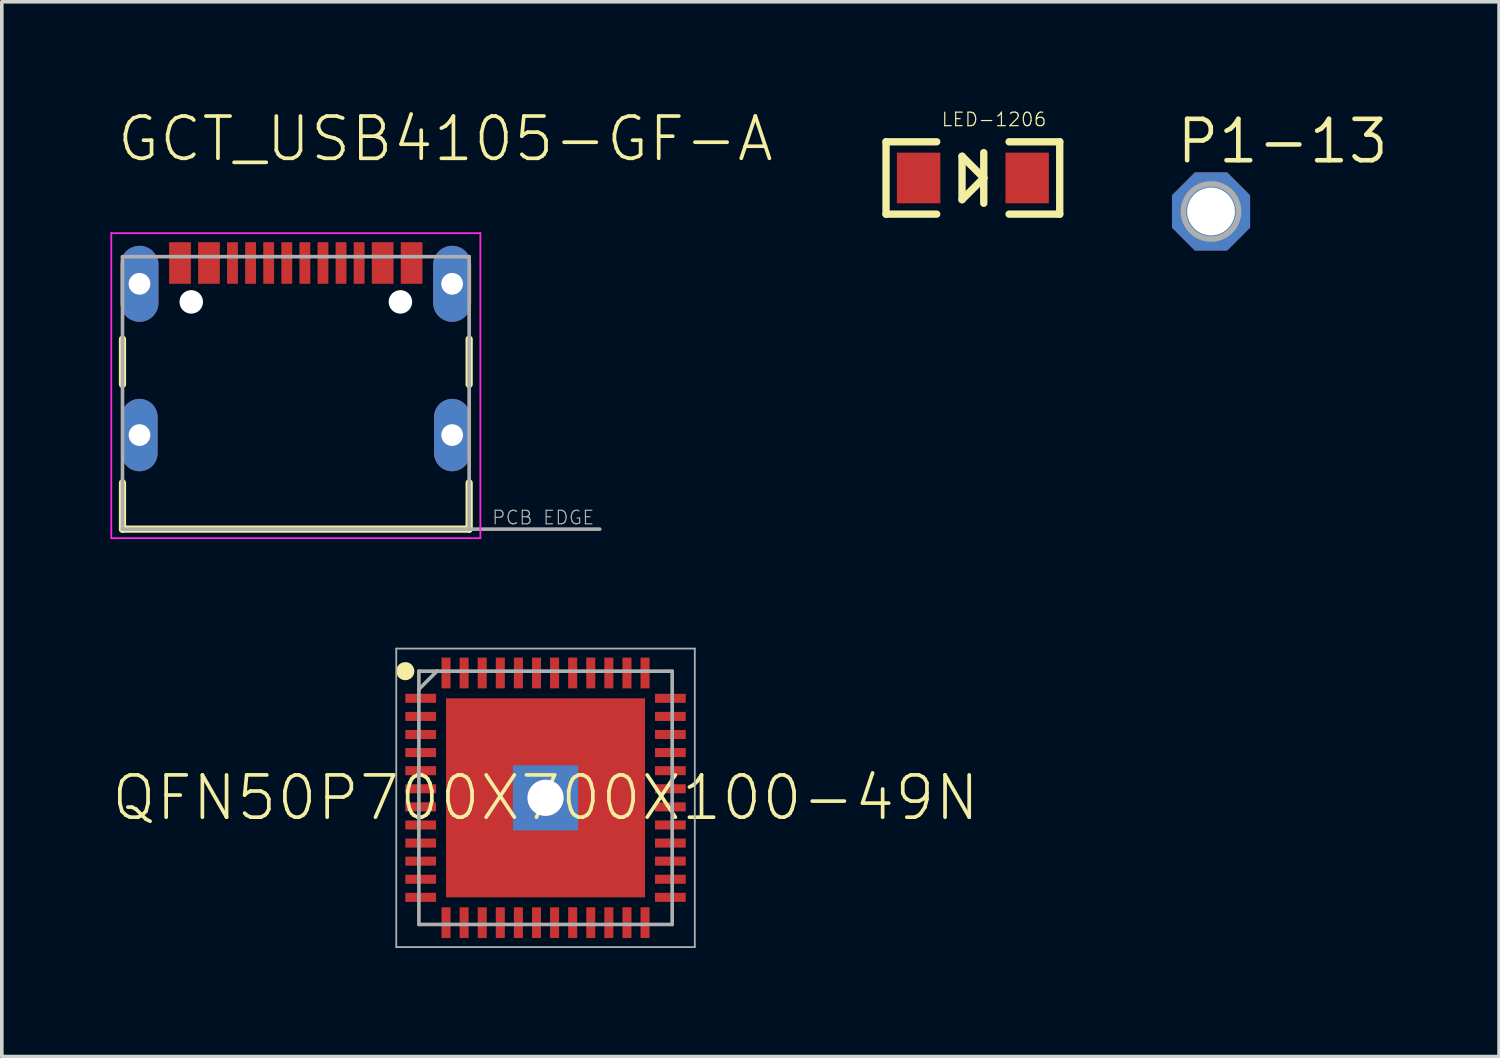
<source format=kicad_pcb>
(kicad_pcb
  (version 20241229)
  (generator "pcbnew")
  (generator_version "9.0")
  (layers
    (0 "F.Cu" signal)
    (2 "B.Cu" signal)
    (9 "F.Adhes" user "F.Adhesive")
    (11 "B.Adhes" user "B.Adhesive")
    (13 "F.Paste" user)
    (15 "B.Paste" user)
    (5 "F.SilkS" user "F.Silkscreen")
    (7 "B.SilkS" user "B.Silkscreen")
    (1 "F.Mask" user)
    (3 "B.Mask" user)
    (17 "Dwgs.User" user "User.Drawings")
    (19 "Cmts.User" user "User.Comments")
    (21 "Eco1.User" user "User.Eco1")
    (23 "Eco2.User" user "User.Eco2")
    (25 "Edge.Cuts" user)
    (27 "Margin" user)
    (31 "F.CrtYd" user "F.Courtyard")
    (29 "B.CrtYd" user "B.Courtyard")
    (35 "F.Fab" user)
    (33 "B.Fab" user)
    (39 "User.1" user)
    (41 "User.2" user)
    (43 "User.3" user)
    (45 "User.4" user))
  (footprint "QFN50P700X700X100-49N"
    (layer "F.Cu")
    (at 12.026 18.998)
    (property "Reference" "QFN50P700X700X100-49N" (at 0 0 0) (unlocked yes) (layer "F.SilkS") (effects (font (size 1.168 1.168) (thickness 0.102))))
    (fp_circle (center -3.875 -3.5) (end -3.75 -3.5) (stroke (width 0.25) (type solid)) (fill no) (layer "F.SilkS"))
    (fp_line (start -4.125 -4.125) (end 4.125 -4.125) (stroke (width 0.05) (type solid)) (layer "F.Fab"))
    (fp_line (start -4.125 4.125) (end -4.125 -4.125) (stroke (width 0.05) (type solid)) (layer "F.Fab"))
    (fp_line (start -3.5 -3.5) (end -3 -3.5) (stroke (width 0.1) (type solid)) (layer "F.Fab"))
    (fp_line (start -3.5 -3) (end -3.5 -3.5) (stroke (width 0.1) (type solid)) (layer "F.Fab"))
    (fp_line (start -3.5 -3) (end -3 -3.5) (stroke (width 0.1) (type solid)) (layer "F.Fab"))
    (fp_line (start -3.5 3.5) (end -3.5 -3) (stroke (width 0.1) (type solid)) (layer "F.Fab"))
    (fp_line (start -3 -3.5) (end 3.5 -3.5) (stroke (width 0.1) (type solid)) (layer "F.Fab"))
    (fp_line (start 3.5 -3.5) (end 3.5 3.5) (stroke (width 0.1) (type solid)) (layer "F.Fab"))
    (fp_line (start 3.5 3.5) (end -3.5 3.5) (stroke (width 0.1) (type solid)) (layer "F.Fab"))
    (fp_line (start 4.125 -4.125) (end 4.125 4.125) (stroke (width 0.05) (type solid)) (layer "F.Fab"))
    (fp_line (start 4.125 4.125) (end -4.125 4.125) (stroke (width 0.05) (type solid)) (layer "F.Fab"))
    (pad "1" smd rect (at -3.45 -2.75) (size 0.85 0.25) (layers "F.Cu" "F.Mask" "F.Paste"))
    (pad "2" smd rect (at -3.45 -2.25) (size 0.85 0.25) (layers "F.Cu" "F.Mask" "F.Paste"))
    (pad "3" smd rect (at -3.45 -1.75) (size 0.85 0.25) (layers "F.Cu" "F.Mask" "F.Paste"))
    (pad "4" smd rect (at -3.45 -1.25) (size 0.85 0.25) (layers "F.Cu" "F.Mask" "F.Paste"))
    (pad "5" smd rect (at -3.45 -0.75) (size 0.85 0.25) (layers "F.Cu" "F.Mask" "F.Paste"))
    (pad "6" smd rect (at -3.45 -0.25) (size 0.85 0.25) (layers "F.Cu" "F.Mask" "F.Paste"))
    (pad "7" smd rect (at -3.45 0.25) (size 0.85 0.25) (layers "F.Cu" "F.Mask" "F.Paste"))
    (pad "8" smd rect (at -3.45 0.75) (size 0.85 0.25) (layers "F.Cu" "F.Mask" "F.Paste"))
    (pad "9" smd rect (at -3.45 1.25) (size 0.85 0.25) (layers "F.Cu" "F.Mask" "F.Paste"))
    (pad "10" smd rect (at -3.45 1.75) (size 0.85 0.25) (layers "F.Cu" "F.Mask" "F.Paste"))
    (pad "11" smd rect (at -3.45 2.25) (size 0.85 0.25) (layers "F.Cu" "F.Mask" "F.Paste"))
    (pad "12" smd rect (at -3.45 2.75) (size 0.85 0.25) (layers "F.Cu" "F.Mask" "F.Paste"))
    (pad "13" smd rect (at -2.75 3.45 90) (size 0.85 0.25) (layers "F.Cu" "F.Mask" "F.Paste"))
    (pad "14" smd rect (at -2.25 3.45 90) (size 0.85 0.25) (layers "F.Cu" "F.Mask" "F.Paste"))
    (pad "15" smd rect (at -1.75 3.45 90) (size 0.85 0.25) (layers "F.Cu" "F.Mask" "F.Paste"))
    (pad "16" smd rect (at -1.25 3.45 90) (size 0.85 0.25) (layers "F.Cu" "F.Mask" "F.Paste"))
    (pad "17" smd rect (at -0.75 3.45 90) (size 0.85 0.25) (layers "F.Cu" "F.Mask" "F.Paste"))
    (pad "18" smd rect (at -0.25 3.45 90) (size 0.85 0.25) (layers "F.Cu" "F.Mask" "F.Paste"))
    (pad "19" smd rect (at 0.25 3.45 90) (size 0.85 0.25) (layers "F.Cu" "F.Mask" "F.Paste"))
    (pad "20" smd rect (at 0.75 3.45 90) (size 0.85 0.25) (layers "F.Cu" "F.Mask" "F.Paste"))
    (pad "21" smd rect (at 1.25 3.45 90) (size 0.85 0.25) (layers "F.Cu" "F.Mask" "F.Paste"))
    (pad "22" smd rect (at 1.75 3.45 90) (size 0.85 0.25) (layers "F.Cu" "F.Mask" "F.Paste"))
    (pad "23" smd rect (at 2.25 3.45 90) (size 0.85 0.25) (layers "F.Cu" "F.Mask" "F.Paste"))
    (pad "24" smd rect (at 2.75 3.45 90) (size 0.85 0.25) (layers "F.Cu" "F.Mask" "F.Paste"))
    (pad "25" smd rect (at 3.45 2.75) (size 0.85 0.25) (layers "F.Cu" "F.Mask" "F.Paste"))
    (pad "26" smd rect (at 3.45 2.25) (size 0.85 0.25) (layers "F.Cu" "F.Mask" "F.Paste"))
    (pad "27" smd rect (at 3.45 1.75) (size 0.85 0.25) (layers "F.Cu" "F.Mask" "F.Paste"))
    (pad "28" smd rect (at 3.45 1.25) (size 0.85 0.25) (layers "F.Cu" "F.Mask" "F.Paste"))
    (pad "29" smd rect (at 3.45 0.75) (size 0.85 0.25) (layers "F.Cu" "F.Mask" "F.Paste"))
    (pad "30" smd rect (at 3.45 0.25) (size 0.85 0.25) (layers "F.Cu" "F.Mask" "F.Paste"))
    (pad "31" smd rect (at 3.45 -0.25) (size 0.85 0.25) (layers "F.Cu" "F.Mask" "F.Paste"))
    (pad "32" smd rect (at 3.45 -0.75) (size 0.85 0.25) (layers "F.Cu" "F.Mask" "F.Paste"))
    (pad "33" smd rect (at 3.45 -1.25) (size 0.85 0.25) (layers "F.Cu" "F.Mask" "F.Paste"))
    (pad "34" smd rect (at 3.45 -1.75) (size 0.85 0.25) (layers "F.Cu" "F.Mask" "F.Paste"))
    (pad "35" smd rect (at 3.45 -2.25) (size 0.85 0.25) (layers "F.Cu" "F.Mask" "F.Paste"))
    (pad "36" smd rect (at 3.45 -2.75) (size 0.85 0.25) (layers "F.Cu" "F.Mask" "F.Paste"))
    (pad "37" smd rect (at 2.75 -3.45 90) (size 0.85 0.25) (layers "F.Cu" "F.Mask" "F.Paste"))
    (pad "38" smd rect (at 2.25 -3.45 90) (size 0.85 0.25) (layers "F.Cu" "F.Mask" "F.Paste"))
    (pad "39" smd rect (at 1.75 -3.45 90) (size 0.85 0.25) (layers "F.Cu" "F.Mask" "F.Paste"))
    (pad "40" smd rect (at 1.25 -3.45 90) (size 0.85 0.25) (layers "F.Cu" "F.Mask" "F.Paste"))
    (pad "41" smd rect (at 0.75 -3.45 90) (size 0.85 0.25) (layers "F.Cu" "F.Mask" "F.Paste"))
    (pad "42" smd rect (at 0.25 -3.45 90) (size 0.85 0.25) (layers "F.Cu" "F.Mask" "F.Paste"))
    (pad "43" smd rect (at -0.25 -3.45 90) (size 0.85 0.25) (layers "F.Cu" "F.Mask" "F.Paste"))
    (pad "44" smd rect (at -0.75 -3.45 90) (size 0.85 0.25) (layers "F.Cu" "F.Mask" "F.Paste"))
    (pad "45" smd rect (at -1.25 -3.45 90) (size 0.85 0.25) (layers "F.Cu" "F.Mask" "F.Paste"))
    (pad "46" smd rect (at -1.75 -3.45 90) (size 0.85 0.25) (layers "F.Cu" "F.Mask" "F.Paste"))
    (pad "47" smd rect (at -2.25 -3.45 90) (size 0.85 0.25) (layers "F.Cu" "F.Mask" "F.Paste"))
    (pad "48" smd rect (at -2.75 -3.45 90) (size 0.85 0.25) (layers "F.Cu" "F.Mask" "F.Paste"))
    (pad "49" smd rect (at 0 0 90) (size 5.5 5.5) (layers "F.Cu" "F.Mask" "F.Paste"))
    (pad "P$1" thru_hole rect (at 0 0) (size 1.8 1.8) (drill 1) (layers "*.Cu" "*.Mask")))
  (footprint "GCT_USB4105-GF-A"
    (layer "F.Cu")
    (at 5.125 8.973)
    (property "Reference" "GCT_USB4105-GF-A" (at -5 -7.5 0) (unlocked yes) (layer "F.SilkS") (effects (font (size 1.168 1.168) (thickness 0.102)) (justify left bottom)))
    (fp_line (start -4.79 -2.65) (end -4.79 -1.4) (stroke (width 0.2) (type solid)) (layer "F.SilkS"))
    (fp_line (start -4.79 1.32) (end -4.79 2.6) (stroke (width 0.2) (type solid)) (layer "F.SilkS"))
    (fp_line (start -4.79 2.6) (end 4.79 2.6) (stroke (width 0.2) (type solid)) (layer "F.SilkS"))
    (fp_line (start 4.79 -2.65) (end 4.79 -1.4) (stroke (width 0.2) (type solid)) (layer "F.SilkS"))
    (fp_line (start 4.79 2.6) (end 4.79 1.32) (stroke (width 0.2) (type solid)) (layer "F.SilkS"))
    (fp_line (start -5.1 -5.58) (end -5.1 2.85) (stroke (width 0.05) (type solid)) (layer "F.CrtYd"))
    (fp_line (start -5.1 2.85) (end 5.1 2.85) (stroke (width 0.05) (type solid)) (layer "F.CrtYd"))
    (fp_line (start 5.1 -5.58) (end -5.1 -5.58) (stroke (width 0.05) (type solid)) (layer "F.CrtYd"))
    (fp_line (start 5.1 2.85) (end 5.1 -5.58) (stroke (width 0.05) (type solid)) (layer "F.CrtYd"))
    (fp_line (start -4.79 -4.93) (end 4.79 -4.93) (stroke (width 0.1) (type solid)) (layer "F.Fab"))
    (fp_line (start -4.79 2.6) (end -4.79 -4.93) (stroke (width 0.1) (type solid)) (layer "F.Fab"))
    (fp_line (start 4.79 -4.93) (end 4.79 2.6) (stroke (width 0.1) (type solid)) (layer "F.Fab"))
    (fp_line (start 4.79 2.6) (end -4.79 2.6) (stroke (width 0.1) (type solid)) (layer "F.Fab"))
    (fp_line (start 4.8 2.6) (end 8.4 2.6) (stroke (width 0.1) (type solid)) (layer "F.Fab"))
    (fp_text user "PCB EDGE" (at 5.4 2.5 0) (unlocked yes) (layer "F.Fab") (effects (font (size 0.374 0.374) (thickness 0.033)) (justify left bottom)))
    (pad "" np_thru_hole circle (at -2.89 -3.68) (size 0.65 0.65) (drill 0.65) (layers "*.Cu" "*.Mask"))
    (pad "" np_thru_hole circle (at 2.89 -3.68) (size 0.65 0.65) (drill 0.65) (layers "*.Cu" "*.Mask"))
    (pad "A1_B12" smd rect (at -3.2 -4.755) (size 0.6 1.15) (layers "F.Cu" "F.Mask" "F.Paste"))
    (pad "A4_B9" smd rect (at -2.4 -4.755) (size 0.6 1.15) (layers "F.Cu" "F.Mask" "F.Paste"))
    (pad "A5" smd rect (at -1.25 -4.755) (size 0.3 1.15) (layers "F.Cu" "F.Mask" "F.Paste"))
    (pad "A6" smd rect (at -0.25 -4.755) (size 0.3 1.15) (layers "F.Cu" "F.Mask" "F.Paste"))
    (pad "A7" smd rect (at 0.25 -4.755) (size 0.3 1.15) (layers "F.Cu" "F.Mask" "F.Paste"))
    (pad "A8" smd rect (at 1.25 -4.755) (size 0.3 1.15) (layers "F.Cu" "F.Mask" "F.Paste"))
    (pad "B1_A12" smd rect (at 3.2 -4.755) (size 0.6 1.15) (layers "F.Cu" "F.Mask" "F.Paste"))
    (pad "B4_A9" smd rect (at 2.4 -4.755) (size 0.6 1.15) (layers "F.Cu" "F.Mask" "F.Paste"))
    (pad "B5" smd rect (at 1.75 -4.755) (size 0.3 1.15) (layers "F.Cu" "F.Mask" "F.Paste"))
    (pad "B6" smd rect (at 0.75 -4.755) (size 0.3 1.15) (layers "F.Cu" "F.Mask" "F.Paste"))
    (pad "B7" smd rect (at -0.75 -4.755) (size 0.3 1.15) (layers "F.Cu" "F.Mask" "F.Paste"))
    (pad "B8" smd rect (at -1.75 -4.755) (size 0.3 1.15) (layers "F.Cu" "F.Mask" "F.Paste"))
    (pad "S1" thru_hole oval (at -4.32 -4.18 90) (size 2.1 1.05) (drill 0.6) (layers "*.Cu" "*.Mask"))
    (pad "S2" thru_hole oval (at -4.32 0 90) (size 2 1) (drill 0.6) (layers "*.Cu" "*.Mask"))
    (pad "S3" thru_hole oval (at 4.32 0 90) (size 2 1) (drill 0.6) (layers "*.Cu" "*.Mask"))
    (pad "S4" thru_hole oval (at 4.32 -4.18 90) (size 2.1 1.05) (drill 0.6) (layers "*.Cu" "*.Mask")))
  (footprint "LED-1206"
    (layer "F.Cu")
    (at 23.836 1.868)
    (property "Reference" "LED-1206" (at -0.889 -1.397 0) (unlocked yes) (layer "F.SilkS") (effects (font (size 0.374 0.374) (thickness 0.033)) (justify left bottom)))
    (fp_line (start -2.4 -1) (end -2.4 1) (stroke (width 0.203) (type solid)) (layer "F.SilkS"))
    (fp_line (start -2.4 1) (end -1 1) (stroke (width 0.203) (type solid)) (layer "F.SilkS"))
    (fp_line (start -1 -1) (end -2.4 -1) (stroke (width 0.203) (type solid)) (layer "F.SilkS"))
    (fp_line (start -0.3 -0.6) (end -0.3 0.6) (stroke (width 0.203) (type solid)) (layer "F.SilkS"))
    (fp_line (start -0.3 0.6) (end 0.3 0) (stroke (width 0.203) (type solid)) (layer "F.SilkS"))
    (fp_line (start 0.3 -0.7) (end 0.3 0) (stroke (width 0.203) (type solid)) (layer "F.SilkS"))
    (fp_line (start 0.3 0) (end -0.3 -0.6) (stroke (width 0.203) (type solid)) (layer "F.SilkS"))
    (fp_line (start 0.3 0) (end 0.3 0.7) (stroke (width 0.203) (type solid)) (layer "F.SilkS"))
    (fp_line (start 1 -1) (end 2.4 -1) (stroke (width 0.203) (type solid)) (layer "F.SilkS"))
    (fp_line (start 2.4 -1) (end 2.4 1) (stroke (width 0.203) (type solid)) (layer "F.SilkS"))
    (fp_line (start 2.4 1) (end 1 1) (stroke (width 0.203) (type solid)) (layer "F.SilkS"))
    (pad "A" smd rect (at -1.5 0) (size 1.2 1.4) (layers "F.Cu" "F.Mask" "F.Paste"))
    (pad "C" smd rect (at 1.5 0) (size 1.2 1.4) (layers "F.Cu" "F.Mask" "F.Paste")))
  (footprint "P1-13"
    (layer "F.Cu")
    (at 30.417 2.794)
    (property "Reference" "P1-13" (at -1.016 -1.27 0) (unlocked yes) (layer "F.SilkS") (effects (font (size 1.143 1.143) (thickness 0.127)) (justify left bottom)))
    (fp_circle (center 0 0) (end 0.762 0) (stroke (width 0.152) (type solid)) (fill no) (layer "F.Fab"))
    (fp_poly (pts (xy -0.33 0.33) (xy 0.33 0.33) (xy 0.33 -0.33) (xy -0.33 -0.33)) (stroke (width 0.1) (type default)) (fill no) (layer "F.Fab"))
    (pad "TP" thru_hole roundrect (at 0 0) (size 2.159 2.159) (drill 1.321) (layers "*.Cu" "*.Mask") (roundrect_rratio 0.25) (chamfer_ratio 0.293) (chamfer top_left top_right bottom_left bottom_right)))
  (gr_rect
    (start -3 -3)
    (end 38.377 26.148)
    (stroke (width 0.1) (type default))
    (fill no)
    (layer "Edge.Cuts")))
</source>
